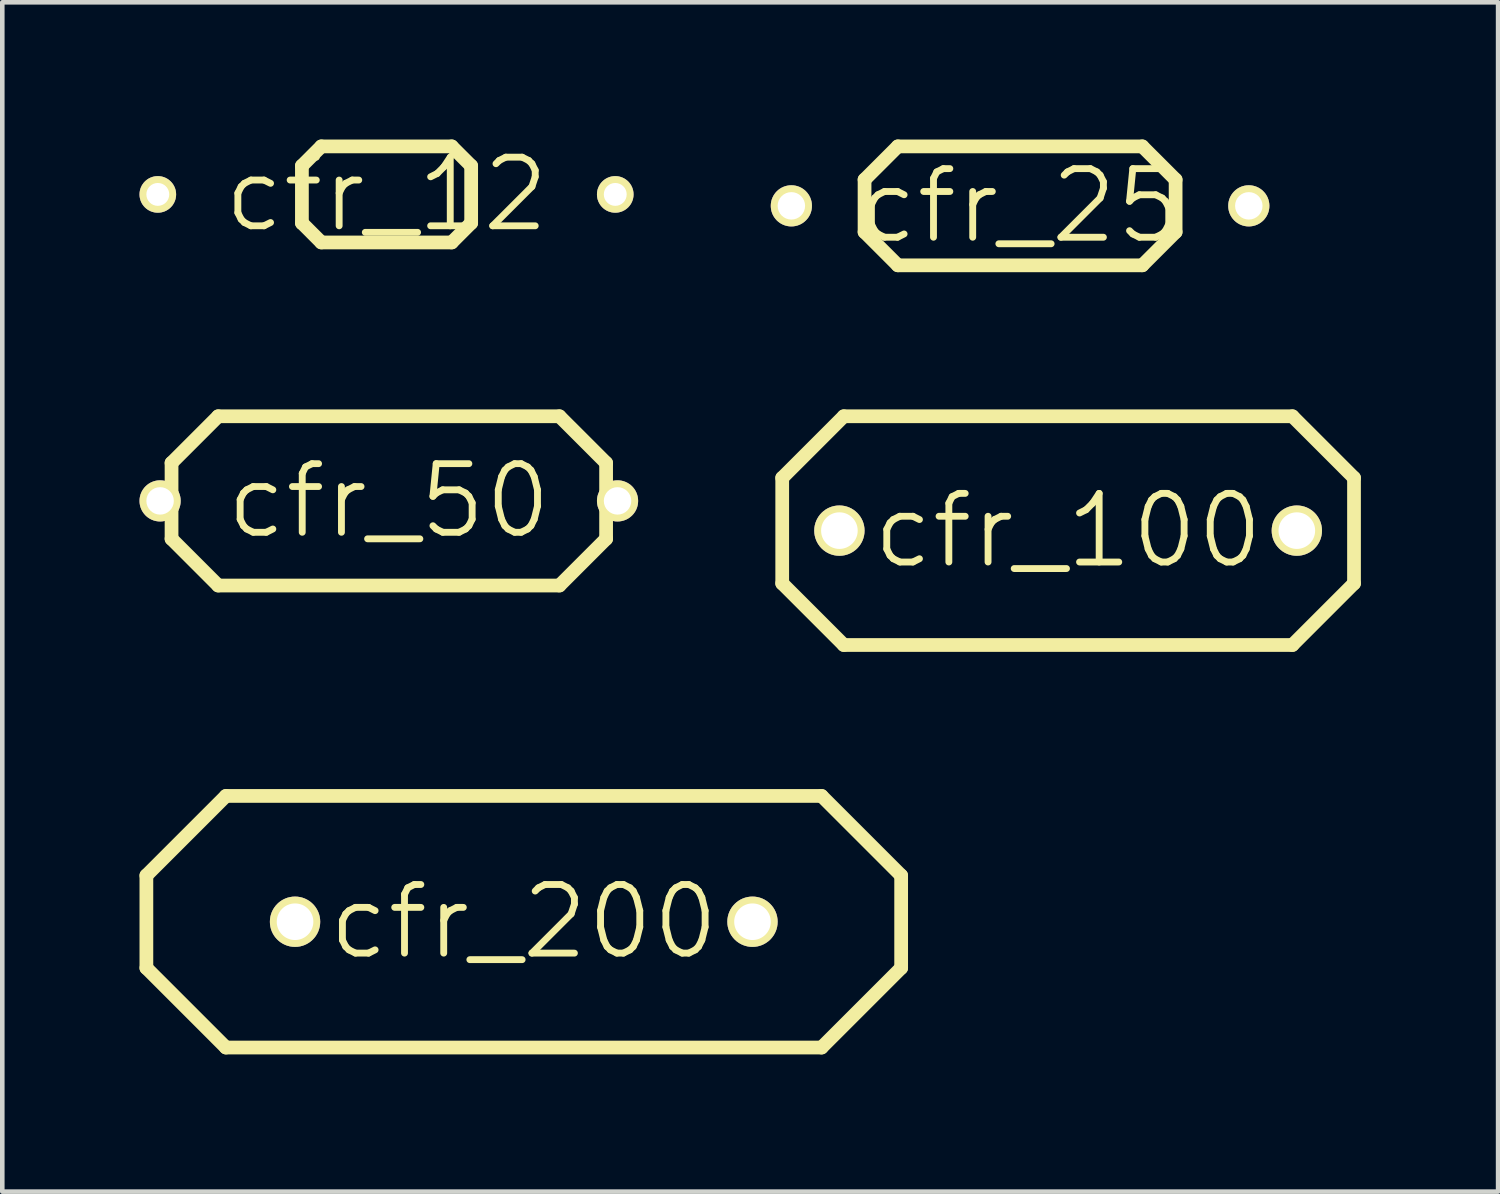
<source format=kicad_pcb>
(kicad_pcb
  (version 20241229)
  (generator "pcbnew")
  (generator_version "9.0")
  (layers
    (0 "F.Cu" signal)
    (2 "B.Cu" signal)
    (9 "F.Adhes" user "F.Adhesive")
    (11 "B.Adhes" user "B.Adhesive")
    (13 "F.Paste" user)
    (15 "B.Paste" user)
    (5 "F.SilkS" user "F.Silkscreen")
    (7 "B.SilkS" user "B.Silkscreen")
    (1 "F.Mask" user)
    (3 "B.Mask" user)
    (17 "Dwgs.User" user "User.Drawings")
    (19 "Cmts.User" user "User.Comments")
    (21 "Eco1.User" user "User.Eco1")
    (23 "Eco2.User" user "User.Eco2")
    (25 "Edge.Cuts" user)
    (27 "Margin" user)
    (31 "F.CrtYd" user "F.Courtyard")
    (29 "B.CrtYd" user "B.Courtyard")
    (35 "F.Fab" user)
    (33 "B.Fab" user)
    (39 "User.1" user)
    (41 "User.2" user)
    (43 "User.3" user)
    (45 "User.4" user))
  (footprint "cfr_25"
    (layer "F.Cu")
    (at 19.25 1.45)
    (property "Reference" "cfr_25" (at 0 0 0) (layer "F.SilkS") (effects (font (size 1.5 1.5) (thickness 0.15))))
    (attr through_hole)
    (fp_line (start -3.4 -0.572) (end -2.672 -1.3) (stroke (width 0.3) (type solid)) (layer "F.SilkS"))
    (fp_line (start -3.4 0.572) (end -3.4 -0.572) (stroke (width 0.3) (type solid)) (layer "F.SilkS"))
    (fp_line (start -2.672 -1.3) (end 2.672 -1.3) (stroke (width 0.3) (type solid)) (layer "F.SilkS"))
    (fp_line (start -2.672 1.3) (end -3.4 0.572) (stroke (width 0.3) (type solid)) (layer "F.SilkS"))
    (fp_line (start 2.672 -1.3) (end 3.4 -0.572) (stroke (width 0.3) (type solid)) (layer "F.SilkS"))
    (fp_line (start 2.672 1.3) (end -2.672 1.3) (stroke (width 0.3) (type solid)) (layer "F.SilkS"))
    (fp_line (start 3.4 -0.572) (end 3.4 0.572) (stroke (width 0.3) (type solid)) (layer "F.SilkS"))
    (fp_line (start 3.4 0.572) (end 2.672 1.3) (stroke (width 0.3) (type solid)) (layer "F.SilkS"))
    (pad "1" thru_hole circle (at -5 0) (size 0.9 0.9) (drill 0.6) (layers "*.Cu" "*.Mask" "F.SilkS"))
    (pad "2" thru_hole circle (at 5 0) (size 0.9 0.9) (drill 0.6) (layers "*.Cu" "*.Mask" "F.SilkS")))
  (footprint "cfr_50"
    (layer "F.Cu")
    (at 5.45 7.9)
    (property "Reference" "cfr_50" (at 0 0 0) (layer "F.SilkS") (effects (font (size 1.5 1.5) (thickness 0.15))))
    (attr through_hole)
    (fp_line (start -4.75 -0.83) (end -3.73 -1.85) (stroke (width 0.3) (type solid)) (layer "F.SilkS"))
    (fp_line (start -4.75 0.83) (end -4.75 -0.83) (stroke (width 0.3) (type solid)) (layer "F.SilkS"))
    (fp_line (start -3.73 -1.85) (end 3.73 -1.85) (stroke (width 0.3) (type solid)) (layer "F.SilkS"))
    (fp_line (start -3.73 1.85) (end -4.75 0.83) (stroke (width 0.3) (type solid)) (layer "F.SilkS"))
    (fp_line (start 3.73 -1.85) (end 4.75 -0.83) (stroke (width 0.3) (type solid)) (layer "F.SilkS"))
    (fp_line (start 3.73 1.85) (end -3.73 1.85) (stroke (width 0.3) (type solid)) (layer "F.SilkS"))
    (fp_line (start 4.75 -0.83) (end 4.75 0.83) (stroke (width 0.3) (type solid)) (layer "F.SilkS"))
    (fp_line (start 4.75 0.83) (end 3.73 1.85) (stroke (width 0.3) (type solid)) (layer "F.SilkS"))
    (pad "1" thru_hole circle (at -5 0) (size 0.9 0.9) (drill 0.6) (layers "*.Cu" "*.Mask" "F.SilkS"))
    (pad "2" thru_hole circle (at 5 0) (size 0.9 0.9) (drill 0.6) (layers "*.Cu" "*.Mask" "F.SilkS")))
  (footprint "cfr_200"
    (layer "F.Cu")
    (at 8.4 17.1)
    (property "Reference" "cfr_200" (at 0 0 0) (layer "F.SilkS") (effects (font (size 1.5 1.5) (thickness 0.15))))
    (attr through_hole)
    (fp_line (start -8.25 -1.011) (end -6.511 -2.75) (stroke (width 0.3) (type solid)) (layer "F.SilkS"))
    (fp_line (start -8.25 1.011) (end -8.25 -1.011) (stroke (width 0.3) (type solid)) (layer "F.SilkS"))
    (fp_line (start -6.511 -2.75) (end 6.511 -2.75) (stroke (width 0.3) (type solid)) (layer "F.SilkS"))
    (fp_line (start -6.511 2.75) (end -8.25 1.011) (stroke (width 0.3) (type solid)) (layer "F.SilkS"))
    (fp_line (start 6.511 -2.75) (end 8.25 -1.011) (stroke (width 0.3) (type solid)) (layer "F.SilkS"))
    (fp_line (start 6.511 2.75) (end -6.511 2.75) (stroke (width 0.3) (type solid)) (layer "F.SilkS"))
    (fp_line (start 8.25 -1.011) (end 8.25 1.011) (stroke (width 0.3) (type solid)) (layer "F.SilkS"))
    (fp_line (start 8.25 1.011) (end 6.511 2.75) (stroke (width 0.3) (type solid)) (layer "F.SilkS"))
    (pad "1" thru_hole circle (at -5 0) (size 1.1 1.1) (drill 0.8) (layers "*.Cu" "*.Mask" "F.SilkS"))
    (pad "2" thru_hole circle (at 5 0) (size 1.1 1.1) (drill 0.8) (layers "*.Cu" "*.Mask" "F.SilkS")))
  (footprint "cfr_100"
    (layer "F.Cu")
    (at 20.3 8.55)
    (property "Reference" "cfr_100" (at 0 0 0) (layer "F.SilkS") (effects (font (size 1.5 1.5) (thickness 0.15))))
    (attr through_hole)
    (fp_line (start -6.25 -1.154) (end -4.904 -2.5) (stroke (width 0.3) (type solid)) (layer "F.SilkS"))
    (fp_line (start -6.25 1.154) (end -6.25 -1.154) (stroke (width 0.3) (type solid)) (layer "F.SilkS"))
    (fp_line (start -4.904 -2.5) (end 4.904 -2.5) (stroke (width 0.3) (type solid)) (layer "F.SilkS"))
    (fp_line (start -4.904 2.5) (end -6.25 1.154) (stroke (width 0.3) (type solid)) (layer "F.SilkS"))
    (fp_line (start 4.904 -2.5) (end 6.25 -1.154) (stroke (width 0.3) (type solid)) (layer "F.SilkS"))
    (fp_line (start 4.904 2.5) (end -4.904 2.5) (stroke (width 0.3) (type solid)) (layer "F.SilkS"))
    (fp_line (start 6.25 -1.154) (end 6.25 1.154) (stroke (width 0.3) (type solid)) (layer "F.SilkS"))
    (fp_line (start 6.25 1.154) (end 4.904 2.5) (stroke (width 0.3) (type solid)) (layer "F.SilkS"))
    (pad "1" thru_hole circle (at -5 0) (size 1.1 1.1) (drill 0.8) (layers "*.Cu" "*.Mask" "F.SilkS"))
    (pad "2" thru_hole circle (at 5 0) (size 1.1 1.1) (drill 0.8) (layers "*.Cu" "*.Mask" "F.SilkS")))
  (footprint "cfr_12"
    (layer "F.Cu")
    (at 5.4 1.2)
    (property "Reference" "cfr_12" (at 0 0 0) (layer "F.SilkS") (effects (font (size 1.5 1.5) (thickness 0.15))))
    (attr through_hole)
    (fp_line (start -1.85 -0.625) (end -1.425 -1.05) (stroke (width 0.3) (type solid)) (layer "F.SilkS"))
    (fp_line (start -1.85 0.625) (end -1.85 -0.625) (stroke (width 0.3) (type solid)) (layer "F.SilkS"))
    (fp_line (start -1.425 -1.05) (end 1.425 -1.05) (stroke (width 0.3) (type solid)) (layer "F.SilkS"))
    (fp_line (start -1.425 1.05) (end -1.85 0.625) (stroke (width 0.3) (type solid)) (layer "F.SilkS"))
    (fp_line (start 1.425 -1.05) (end 1.85 -0.625) (stroke (width 0.3) (type solid)) (layer "F.SilkS"))
    (fp_line (start 1.425 1.05) (end -1.425 1.05) (stroke (width 0.3) (type solid)) (layer "F.SilkS"))
    (fp_line (start 1.85 -0.625) (end 1.85 0.625) (stroke (width 0.3) (type solid)) (layer "F.SilkS"))
    (fp_line (start 1.85 0.625) (end 1.425 1.05) (stroke (width 0.3) (type solid)) (layer "F.SilkS"))
    (pad "1" thru_hole circle (at -5 0) (size 0.8 0.8) (drill 0.5) (layers "*.Cu" "*.Mask" "F.SilkS"))
    (pad "2" thru_hole circle (at 5 0) (size 0.8 0.8) (drill 0.5) (layers "*.Cu" "*.Mask" "F.SilkS")))
  (gr_rect
    (start -3 -3)
    (end 29.7 23)
    (stroke (width 0.1) (type default))
    (fill no)
    (layer "Edge.Cuts")))
</source>
